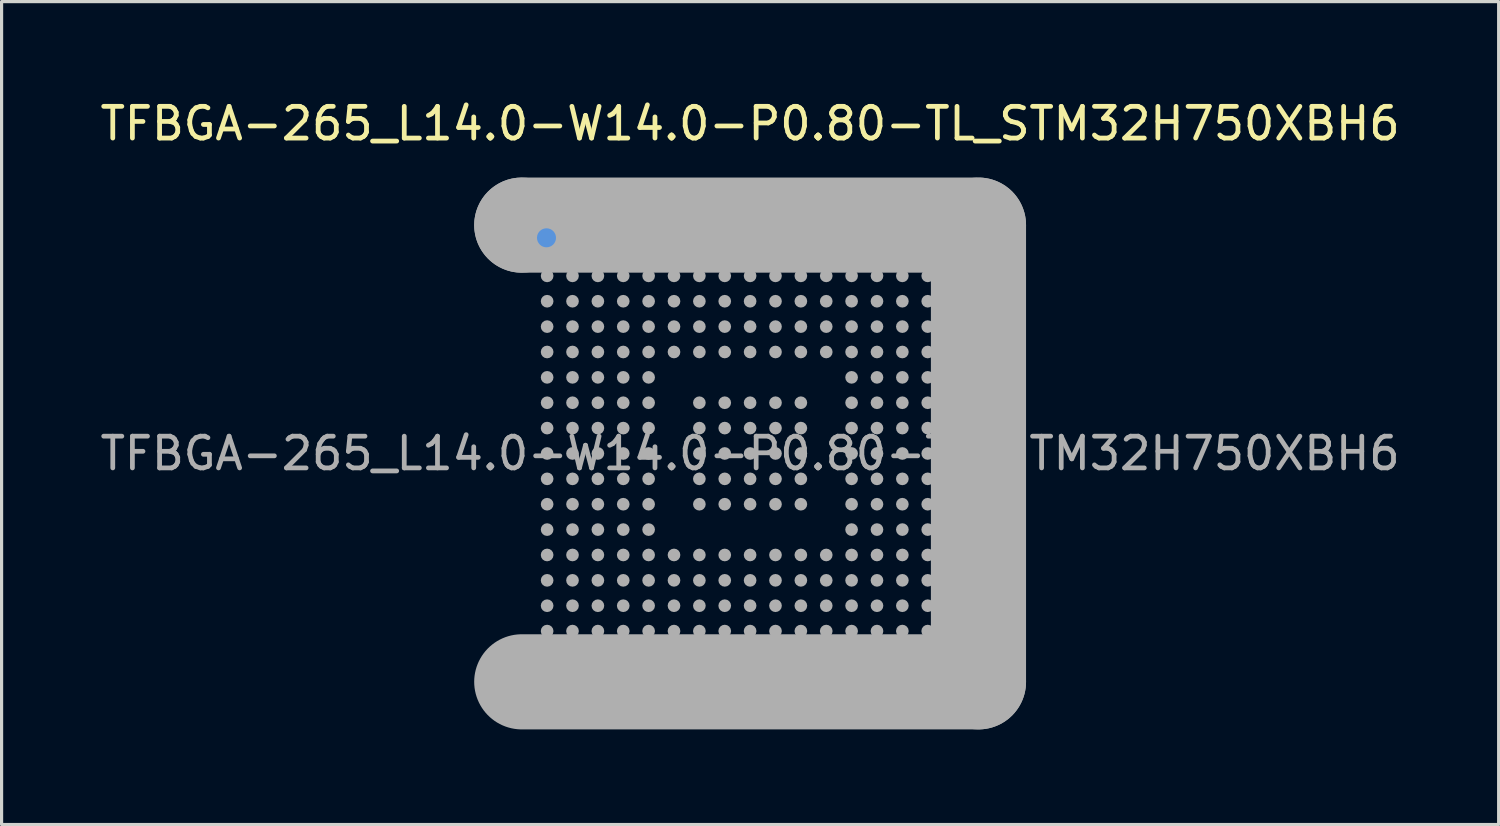
<source format=kicad_pcb>
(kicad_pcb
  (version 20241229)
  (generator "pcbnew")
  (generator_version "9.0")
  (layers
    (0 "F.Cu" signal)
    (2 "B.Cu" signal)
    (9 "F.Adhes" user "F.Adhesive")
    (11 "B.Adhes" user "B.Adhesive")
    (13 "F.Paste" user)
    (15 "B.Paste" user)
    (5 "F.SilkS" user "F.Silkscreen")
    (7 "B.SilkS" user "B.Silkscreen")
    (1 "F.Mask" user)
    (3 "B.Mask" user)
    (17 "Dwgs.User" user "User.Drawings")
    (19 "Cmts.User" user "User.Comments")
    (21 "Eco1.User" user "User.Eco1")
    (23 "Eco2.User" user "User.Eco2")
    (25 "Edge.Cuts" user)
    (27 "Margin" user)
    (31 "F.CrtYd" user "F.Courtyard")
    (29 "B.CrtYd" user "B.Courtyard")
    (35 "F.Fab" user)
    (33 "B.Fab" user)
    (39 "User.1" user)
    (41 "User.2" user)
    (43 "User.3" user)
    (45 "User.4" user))
  (footprint "TFBGA-265_L14.0-W14.0-P0.80-TL_STM32H750XBH6"
    (layer "F.Cu")
    (at 20.601 11.248)
    (property "Reference" "TFBGA-265_L14.0-W14.0-P0.80-TL_STM32H750XBH6" (at 0 -10.4 0) (layer "F.SilkS") (effects (font (size 1 1) (thickness 0.15))))
    (attr smd)
    (fp_line (start -7.5 -7.5) (end -7.5 -6.6) (stroke (width 0.25) (type solid)) (layer "F.SilkS"))
    (fp_line (start -7.2 -6.8) (end -6.8 -7.2) (stroke (width 0.25) (type solid)) (layer "F.SilkS"))
    (fp_line (start -7.2 -6.5) (end -7.2 -6.8) (stroke (width 0.25) (type solid)) (layer "F.SilkS"))
    (fp_line (start -6.5 -7.5) (end -7.5 -7.5) (stroke (width 0.25) (type solid)) (layer "F.SilkS"))
    (fp_line (start -6.5 -7.2) (end -7.2 -6.5) (stroke (width 0.25) (type solid)) (layer "F.SilkS"))
    (fp_line (start -6.4 -7.2) (end -6.5 -7.2) (stroke (width 0.25) (type solid)) (layer "F.SilkS"))
    (fp_circle (center -7.6 -6.2) (end -7.5 -6.2) (stroke (width 0.25) (type solid)) (fill no) (layer "F.SilkS"))
    (fp_circle (center -6.42 -6.8) (end -6.27 -6.8) (stroke (width 0.3) (type solid)) (fill no) (layer "Cmts.User"))
    (fp_line (start -7.2 -7.2) (end -7.2 -7.2) (stroke (width 3) (type solid)) (layer "F.Fab"))
    (fp_line (start -7.2 -7.2) (end 7.2 -7.2) (stroke (width 3) (type solid)) (layer "F.Fab"))
    (fp_line (start 7.2 -7.2) (end 7.2 7.2) (stroke (width 3) (type solid)) (layer "F.Fab"))
    (fp_line (start 7.2 7.2) (end -7.2 7.2) (stroke (width 3) (type solid)) (layer "F.Fab"))
    (fp_circle (center -7 -7) (end -6.9 -7) (stroke (width 0.2) (type solid)) (fill no) (layer "F.Fab"))
    (fp_circle (center -6.4 -6.4) (end -6.3 -6.4) (stroke (width 0.2) (type solid)) (fill no) (layer "F.Fab"))
    (fp_circle (center -6.4 -5.6) (end -6.3 -5.6) (stroke (width 0.2) (type solid)) (fill no) (layer "F.Fab"))
    (fp_circle (center -6.4 -4.8) (end -6.3 -4.8) (stroke (width 0.2) (type solid)) (fill no) (layer "F.Fab"))
    (fp_circle (center -6.4 -4) (end -6.3 -4) (stroke (width 0.2) (type solid)) (fill no) (layer "F.Fab"))
    (fp_circle (center -6.4 -3.2) (end -6.3 -3.2) (stroke (width 0.2) (type solid)) (fill no) (layer "F.Fab"))
    (fp_circle (center -6.4 -2.4) (end -6.3 -2.4) (stroke (width 0.2) (type solid)) (fill no) (layer "F.Fab"))
    (fp_circle (center -6.4 -1.6) (end -6.3 -1.6) (stroke (width 0.2) (type solid)) (fill no) (layer "F.Fab"))
    (fp_circle (center -6.4 -0.8) (end -6.3 -0.8) (stroke (width 0.2) (type solid)) (fill no) (layer "F.Fab"))
    (fp_circle (center -6.4 0) (end -6.3 0) (stroke (width 0.2) (type solid)) (fill no) (layer "F.Fab"))
    (fp_circle (center -6.4 0.8) (end -6.3 0.8) (stroke (width 0.2) (type solid)) (fill no) (layer "F.Fab"))
    (fp_circle (center -6.4 1.6) (end -6.3 1.6) (stroke (width 0.2) (type solid)) (fill no) (layer "F.Fab"))
    (fp_circle (center -6.4 2.4) (end -6.3 2.4) (stroke (width 0.2) (type solid)) (fill no) (layer "F.Fab"))
    (fp_circle (center -6.4 3.2) (end -6.3 3.2) (stroke (width 0.2) (type solid)) (fill no) (layer "F.Fab"))
    (fp_circle (center -6.4 4) (end -6.3 4) (stroke (width 0.2) (type solid)) (fill no) (layer "F.Fab"))
    (fp_circle (center -6.4 4.8) (end -6.3 4.8) (stroke (width 0.2) (type solid)) (fill no) (layer "F.Fab"))
    (fp_circle (center -6.4 5.6) (end -6.3 5.6) (stroke (width 0.2) (type solid)) (fill no) (layer "F.Fab"))
    (fp_circle (center -6.4 6.4) (end -6.3 6.4) (stroke (width 0.2) (type solid)) (fill no) (layer "F.Fab"))
    (fp_circle (center -5.6 -6.4) (end -5.5 -6.4) (stroke (width 0.2) (type solid)) (fill no) (layer "F.Fab"))
    (fp_circle (center -5.6 -5.6) (end -5.5 -5.6) (stroke (width 0.2) (type solid)) (fill no) (layer "F.Fab"))
    (fp_circle (center -5.6 -4.8) (end -5.5 -4.8) (stroke (width 0.2) (type solid)) (fill no) (layer "F.Fab"))
    (fp_circle (center -5.6 -4) (end -5.5 -4) (stroke (width 0.2) (type solid)) (fill no) (layer "F.Fab"))
    (fp_circle (center -5.6 -3.2) (end -5.5 -3.2) (stroke (width 0.2) (type solid)) (fill no) (layer "F.Fab"))
    (fp_circle (center -5.6 -2.4) (end -5.5 -2.4) (stroke (width 0.2) (type solid)) (fill no) (layer "F.Fab"))
    (fp_circle (center -5.6 -1.6) (end -5.5 -1.6) (stroke (width 0.2) (type solid)) (fill no) (layer "F.Fab"))
    (fp_circle (center -5.6 -0.8) (end -5.5 -0.8) (stroke (width 0.2) (type solid)) (fill no) (layer "F.Fab"))
    (fp_circle (center -5.6 0) (end -5.5 0) (stroke (width 0.2) (type solid)) (fill no) (layer "F.Fab"))
    (fp_circle (center -5.6 0.8) (end -5.5 0.8) (stroke (width 0.2) (type solid)) (fill no) (layer "F.Fab"))
    (fp_circle (center -5.6 1.6) (end -5.5 1.6) (stroke (width 0.2) (type solid)) (fill no) (layer "F.Fab"))
    (fp_circle (center -5.6 2.4) (end -5.5 2.4) (stroke (width 0.2) (type solid)) (fill no) (layer "F.Fab"))
    (fp_circle (center -5.6 3.2) (end -5.5 3.2) (stroke (width 0.2) (type solid)) (fill no) (layer "F.Fab"))
    (fp_circle (center -5.6 4) (end -5.5 4) (stroke (width 0.2) (type solid)) (fill no) (layer "F.Fab"))
    (fp_circle (center -5.6 4.8) (end -5.5 4.8) (stroke (width 0.2) (type solid)) (fill no) (layer "F.Fab"))
    (fp_circle (center -5.6 5.6) (end -5.5 5.6) (stroke (width 0.2) (type solid)) (fill no) (layer "F.Fab"))
    (fp_circle (center -5.6 6.4) (end -5.5 6.4) (stroke (width 0.2) (type solid)) (fill no) (layer "F.Fab"))
    (fp_circle (center -4.8 -6.4) (end -4.7 -6.4) (stroke (width 0.2) (type solid)) (fill no) (layer "F.Fab"))
    (fp_circle (center -4.8 -5.6) (end -4.7 -5.6) (stroke (width 0.2) (type solid)) (fill no) (layer "F.Fab"))
    (fp_circle (center -4.8 -4.8) (end -4.7 -4.8) (stroke (width 0.2) (type solid)) (fill no) (layer "F.Fab"))
    (fp_circle (center -4.8 -4) (end -4.7 -4) (stroke (width 0.2) (type solid)) (fill no) (layer "F.Fab"))
    (fp_circle (center -4.8 -3.2) (end -4.7 -3.2) (stroke (width 0.2) (type solid)) (fill no) (layer "F.Fab"))
    (fp_circle (center -4.8 -2.4) (end -4.7 -2.4) (stroke (width 0.2) (type solid)) (fill no) (layer "F.Fab"))
    (fp_circle (center -4.8 -1.6) (end -4.7 -1.6) (stroke (width 0.2) (type solid)) (fill no) (layer "F.Fab"))
    (fp_circle (center -4.8 -0.8) (end -4.7 -0.8) (stroke (width 0.2) (type solid)) (fill no) (layer "F.Fab"))
    (fp_circle (center -4.8 0) (end -4.7 0) (stroke (width 0.2) (type solid)) (fill no) (layer "F.Fab"))
    (fp_circle (center -4.8 0.8) (end -4.7 0.8) (stroke (width 0.2) (type solid)) (fill no) (layer "F.Fab"))
    (fp_circle (center -4.8 1.6) (end -4.7 1.6) (stroke (width 0.2) (type solid)) (fill no) (layer "F.Fab"))
    (fp_circle (center -4.8 2.4) (end -4.7 2.4) (stroke (width 0.2) (type solid)) (fill no) (layer "F.Fab"))
    (fp_circle (center -4.8 3.2) (end -4.7 3.2) (stroke (width 0.2) (type solid)) (fill no) (layer "F.Fab"))
    (fp_circle (center -4.8 4) (end -4.7 4) (stroke (width 0.2) (type solid)) (fill no) (layer "F.Fab"))
    (fp_circle (center -4.8 4.8) (end -4.7 4.8) (stroke (width 0.2) (type solid)) (fill no) (layer "F.Fab"))
    (fp_circle (center -4.8 5.6) (end -4.7 5.6) (stroke (width 0.2) (type solid)) (fill no) (layer "F.Fab"))
    (fp_circle (center -4.8 6.4) (end -4.7 6.4) (stroke (width 0.2) (type solid)) (fill no) (layer "F.Fab"))
    (fp_circle (center -4 -6.4) (end -3.9 -6.4) (stroke (width 0.2) (type solid)) (fill no) (layer "F.Fab"))
    (fp_circle (center -4 -5.6) (end -3.9 -5.6) (stroke (width 0.2) (type solid)) (fill no) (layer "F.Fab"))
    (fp_circle (center -4 -4.8) (end -3.9 -4.8) (stroke (width 0.2) (type solid)) (fill no) (layer "F.Fab"))
    (fp_circle (center -4 -4) (end -3.9 -4) (stroke (width 0.2) (type solid)) (fill no) (layer "F.Fab"))
    (fp_circle (center -4 -3.2) (end -3.9 -3.2) (stroke (width 0.2) (type solid)) (fill no) (layer "F.Fab"))
    (fp_circle (center -4 -2.4) (end -3.9 -2.4) (stroke (width 0.2) (type solid)) (fill no) (layer "F.Fab"))
    (fp_circle (center -4 -1.6) (end -3.9 -1.6) (stroke (width 0.2) (type solid)) (fill no) (layer "F.Fab"))
    (fp_circle (center -4 -0.8) (end -3.9 -0.8) (stroke (width 0.2) (type solid)) (fill no) (layer "F.Fab"))
    (fp_circle (center -4 0) (end -3.9 0) (stroke (width 0.2) (type solid)) (fill no) (layer "F.Fab"))
    (fp_circle (center -4 0.8) (end -3.9 0.8) (stroke (width 0.2) (type solid)) (fill no) (layer "F.Fab"))
    (fp_circle (center -4 1.6) (end -3.9 1.6) (stroke (width 0.2) (type solid)) (fill no) (layer "F.Fab"))
    (fp_circle (center -4 2.4) (end -3.9 2.4) (stroke (width 0.2) (type solid)) (fill no) (layer "F.Fab"))
    (fp_circle (center -4 3.2) (end -3.9 3.2) (stroke (width 0.2) (type solid)) (fill no) (layer "F.Fab"))
    (fp_circle (center -4 4) (end -3.9 4) (stroke (width 0.2) (type solid)) (fill no) (layer "F.Fab"))
    (fp_circle (center -4 4.8) (end -3.9 4.8) (stroke (width 0.2) (type solid)) (fill no) (layer "F.Fab"))
    (fp_circle (center -4 5.6) (end -3.9 5.6) (stroke (width 0.2) (type solid)) (fill no) (layer "F.Fab"))
    (fp_circle (center -4 6.4) (end -3.9 6.4) (stroke (width 0.2) (type solid)) (fill no) (layer "F.Fab"))
    (fp_circle (center -3.2 -6.4) (end -3.1 -6.4) (stroke (width 0.2) (type solid)) (fill no) (layer "F.Fab"))
    (fp_circle (center -3.2 -5.6) (end -3.1 -5.6) (stroke (width 0.2) (type solid)) (fill no) (layer "F.Fab"))
    (fp_circle (center -3.2 -4.8) (end -3.1 -4.8) (stroke (width 0.2) (type solid)) (fill no) (layer "F.Fab"))
    (fp_circle (center -3.2 -4) (end -3.1 -4) (stroke (width 0.2) (type solid)) (fill no) (layer "F.Fab"))
    (fp_circle (center -3.2 -3.2) (end -3.1 -3.2) (stroke (width 0.2) (type solid)) (fill no) (layer "F.Fab"))
    (fp_circle (center -3.2 -2.4) (end -3.1 -2.4) (stroke (width 0.2) (type solid)) (fill no) (layer "F.Fab"))
    (fp_circle (center -3.2 -1.6) (end -3.1 -1.6) (stroke (width 0.2) (type solid)) (fill no) (layer "F.Fab"))
    (fp_circle (center -3.2 -0.8) (end -3.1 -0.8) (stroke (width 0.2) (type solid)) (fill no) (layer "F.Fab"))
    (fp_circle (center -3.2 0) (end -3.1 0) (stroke (width 0.2) (type solid)) (fill no) (layer "F.Fab"))
    (fp_circle (center -3.2 0.8) (end -3.1 0.8) (stroke (width 0.2) (type solid)) (fill no) (layer "F.Fab"))
    (fp_circle (center -3.2 1.6) (end -3.1 1.6) (stroke (width 0.2) (type solid)) (fill no) (layer "F.Fab"))
    (fp_circle (center -3.2 2.4) (end -3.1 2.4) (stroke (width 0.2) (type solid)) (fill no) (layer "F.Fab"))
    (fp_circle (center -3.2 3.2) (end -3.1 3.2) (stroke (width 0.2) (type solid)) (fill no) (layer "F.Fab"))
    (fp_circle (center -3.2 4) (end -3.1 4) (stroke (width 0.2) (type solid)) (fill no) (layer "F.Fab"))
    (fp_circle (center -3.2 4.8) (end -3.1 4.8) (stroke (width 0.2) (type solid)) (fill no) (layer "F.Fab"))
    (fp_circle (center -3.2 5.6) (end -3.1 5.6) (stroke (width 0.2) (type solid)) (fill no) (layer "F.Fab"))
    (fp_circle (center -3.2 6.4) (end -3.1 6.4) (stroke (width 0.2) (type solid)) (fill no) (layer "F.Fab"))
    (fp_circle (center -2.4 -6.4) (end -2.3 -6.4) (stroke (width 0.2) (type solid)) (fill no) (layer "F.Fab"))
    (fp_circle (center -2.4 -5.6) (end -2.3 -5.6) (stroke (width 0.2) (type solid)) (fill no) (layer "F.Fab"))
    (fp_circle (center -2.4 -4.8) (end -2.3 -4.8) (stroke (width 0.2) (type solid)) (fill no) (layer "F.Fab"))
    (fp_circle (center -2.4 -4) (end -2.3 -4) (stroke (width 0.2) (type solid)) (fill no) (layer "F.Fab"))
    (fp_circle (center -2.4 -3.2) (end -2.3 -3.2) (stroke (width 0.2) (type solid)) (fill no) (layer "F.Fab"))
    (fp_circle (center -2.4 3.2) (end -2.3 3.2) (stroke (width 0.2) (type solid)) (fill no) (layer "F.Fab"))
    (fp_circle (center -2.4 4) (end -2.3 4) (stroke (width 0.2) (type solid)) (fill no) (layer "F.Fab"))
    (fp_circle (center -2.4 4.8) (end -2.3 4.8) (stroke (width 0.2) (type solid)) (fill no) (layer "F.Fab"))
    (fp_circle (center -2.4 5.6) (end -2.3 5.6) (stroke (width 0.2) (type solid)) (fill no) (layer "F.Fab"))
    (fp_circle (center -2.4 6.4) (end -2.3 6.4) (stroke (width 0.2) (type solid)) (fill no) (layer "F.Fab"))
    (fp_circle (center -1.6 -6.4) (end -1.5 -6.4) (stroke (width 0.2) (type solid)) (fill no) (layer "F.Fab"))
    (fp_circle (center -1.6 -5.6) (end -1.5 -5.6) (stroke (width 0.2) (type solid)) (fill no) (layer "F.Fab"))
    (fp_circle (center -1.6 -4.8) (end -1.5 -4.8) (stroke (width 0.2) (type solid)) (fill no) (layer "F.Fab"))
    (fp_circle (center -1.6 -4) (end -1.5 -4) (stroke (width 0.2) (type solid)) (fill no) (layer "F.Fab"))
    (fp_circle (center -1.6 -3.2) (end -1.5 -3.2) (stroke (width 0.2) (type solid)) (fill no) (layer "F.Fab"))
    (fp_circle (center -1.6 -1.6) (end -1.5 -1.6) (stroke (width 0.2) (type solid)) (fill no) (layer "F.Fab"))
    (fp_circle (center -1.6 -0.8) (end -1.5 -0.8) (stroke (width 0.2) (type solid)) (fill no) (layer "F.Fab"))
    (fp_circle (center -1.6 0) (end -1.5 0) (stroke (width 0.2) (type solid)) (fill no) (layer "F.Fab"))
    (fp_circle (center -1.6 0.8) (end -1.5 0.8) (stroke (width 0.2) (type solid)) (fill no) (layer "F.Fab"))
    (fp_circle (center -1.6 1.6) (end -1.5 1.6) (stroke (width 0.2) (type solid)) (fill no) (layer "F.Fab"))
    (fp_circle (center -1.6 3.2) (end -1.5 3.2) (stroke (width 0.2) (type solid)) (fill no) (layer "F.Fab"))
    (fp_circle (center -1.6 4) (end -1.5 4) (stroke (width 0.2) (type solid)) (fill no) (layer "F.Fab"))
    (fp_circle (center -1.6 4.8) (end -1.5 4.8) (stroke (width 0.2) (type solid)) (fill no) (layer "F.Fab"))
    (fp_circle (center -1.6 5.6) (end -1.5 5.6) (stroke (width 0.2) (type solid)) (fill no) (layer "F.Fab"))
    (fp_circle (center -1.6 6.4) (end -1.5 6.4) (stroke (width 0.2) (type solid)) (fill no) (layer "F.Fab"))
    (fp_circle (center -0.8 -6.4) (end -0.7 -6.4) (stroke (width 0.2) (type solid)) (fill no) (layer "F.Fab"))
    (fp_circle (center -0.8 -5.6) (end -0.7 -5.6) (stroke (width 0.2) (type solid)) (fill no) (layer "F.Fab"))
    (fp_circle (center -0.8 -4.8) (end -0.7 -4.8) (stroke (width 0.2) (type solid)) (fill no) (layer "F.Fab"))
    (fp_circle (center -0.8 -4) (end -0.7 -4) (stroke (width 0.2) (type solid)) (fill no) (layer "F.Fab"))
    (fp_circle (center -0.8 -3.2) (end -0.7 -3.2) (stroke (width 0.2) (type solid)) (fill no) (layer "F.Fab"))
    (fp_circle (center -0.8 -1.6) (end -0.7 -1.6) (stroke (width 0.2) (type solid)) (fill no) (layer "F.Fab"))
    (fp_circle (center -0.8 -0.8) (end -0.7 -0.8) (stroke (width 0.2) (type solid)) (fill no) (layer "F.Fab"))
    (fp_circle (center -0.8 0) (end -0.7 0) (stroke (width 0.2) (type solid)) (fill no) (layer "F.Fab"))
    (fp_circle (center -0.8 0.8) (end -0.7 0.8) (stroke (width 0.2) (type solid)) (fill no) (layer "F.Fab"))
    (fp_circle (center -0.8 1.6) (end -0.7 1.6) (stroke (width 0.2) (type solid)) (fill no) (layer "F.Fab"))
    (fp_circle (center -0.8 3.2) (end -0.7 3.2) (stroke (width 0.2) (type solid)) (fill no) (layer "F.Fab"))
    (fp_circle (center -0.8 4) (end -0.7 4) (stroke (width 0.2) (type solid)) (fill no) (layer "F.Fab"))
    (fp_circle (center -0.8 4.8) (end -0.7 4.8) (stroke (width 0.2) (type solid)) (fill no) (layer "F.Fab"))
    (fp_circle (center -0.8 5.6) (end -0.7 5.6) (stroke (width 0.2) (type solid)) (fill no) (layer "F.Fab"))
    (fp_circle (center -0.8 6.4) (end -0.7 6.4) (stroke (width 0.2) (type solid)) (fill no) (layer "F.Fab"))
    (fp_circle (center 0 -6.4) (end 0.1 -6.4) (stroke (width 0.2) (type solid)) (fill no) (layer "F.Fab"))
    (fp_circle (center 0 -5.6) (end 0.1 -5.6) (stroke (width 0.2) (type solid)) (fill no) (layer "F.Fab"))
    (fp_circle (center 0 -4.8) (end 0.1 -4.8) (stroke (width 0.2) (type solid)) (fill no) (layer "F.Fab"))
    (fp_circle (center 0 -4) (end 0.1 -4) (stroke (width 0.2) (type solid)) (fill no) (layer "F.Fab"))
    (fp_circle (center 0 -3.2) (end 0.1 -3.2) (stroke (width 0.2) (type solid)) (fill no) (layer "F.Fab"))
    (fp_circle (center 0 -1.6) (end 0.1 -1.6) (stroke (width 0.2) (type solid)) (fill no) (layer "F.Fab"))
    (fp_circle (center 0 -0.8) (end 0.1 -0.8) (stroke (width 0.2) (type solid)) (fill no) (layer "F.Fab"))
    (fp_circle (center 0 0) (end 0.1 0) (stroke (width 0.2) (type solid)) (fill no) (layer "F.Fab"))
    (fp_circle (center 0 0.8) (end 0.1 0.8) (stroke (width 0.2) (type solid)) (fill no) (layer "F.Fab"))
    (fp_circle (center 0 1.6) (end 0.1 1.6) (stroke (width 0.2) (type solid)) (fill no) (layer "F.Fab"))
    (fp_circle (center 0 3.2) (end 0.1 3.2) (stroke (width 0.2) (type solid)) (fill no) (layer "F.Fab"))
    (fp_circle (center 0 4) (end 0.1 4) (stroke (width 0.2) (type solid)) (fill no) (layer "F.Fab"))
    (fp_circle (center 0 4.8) (end 0.1 4.8) (stroke (width 0.2) (type solid)) (fill no) (layer "F.Fab"))
    (fp_circle (center 0 5.6) (end 0.1 5.6) (stroke (width 0.2) (type solid)) (fill no) (layer "F.Fab"))
    (fp_circle (center 0 6.4) (end 0.1 6.4) (stroke (width 0.2) (type solid)) (fill no) (layer "F.Fab"))
    (fp_circle (center 0.8 -6.4) (end 0.9 -6.4) (stroke (width 0.2) (type solid)) (fill no) (layer "F.Fab"))
    (fp_circle (center 0.8 -5.6) (end 0.9 -5.6) (stroke (width 0.2) (type solid)) (fill no) (layer "F.Fab"))
    (fp_circle (center 0.8 -4.8) (end 0.9 -4.8) (stroke (width 0.2) (type solid)) (fill no) (layer "F.Fab"))
    (fp_circle (center 0.8 -4) (end 0.9 -4) (stroke (width 0.2) (type solid)) (fill no) (layer "F.Fab"))
    (fp_circle (center 0.8 -3.2) (end 0.9 -3.2) (stroke (width 0.2) (type solid)) (fill no) (layer "F.Fab"))
    (fp_circle (center 0.8 -1.6) (end 0.9 -1.6) (stroke (width 0.2) (type solid)) (fill no) (layer "F.Fab"))
    (fp_circle (center 0.8 -0.8) (end 0.9 -0.8) (stroke (width 0.2) (type solid)) (fill no) (layer "F.Fab"))
    (fp_circle (center 0.8 0) (end 0.9 0) (stroke (width 0.2) (type solid)) (fill no) (layer "F.Fab"))
    (fp_circle (center 0.8 0.8) (end 0.9 0.8) (stroke (width 0.2) (type solid)) (fill no) (layer "F.Fab"))
    (fp_circle (center 0.8 1.6) (end 0.9 1.6) (stroke (width 0.2) (type solid)) (fill no) (layer "F.Fab"))
    (fp_circle (center 0.8 3.2) (end 0.9 3.2) (stroke (width 0.2) (type solid)) (fill no) (layer "F.Fab"))
    (fp_circle (center 0.8 4) (end 0.9 4) (stroke (width 0.2) (type solid)) (fill no) (layer "F.Fab"))
    (fp_circle (center 0.8 4.8) (end 0.9 4.8) (stroke (width 0.2) (type solid)) (fill no) (layer "F.Fab"))
    (fp_circle (center 0.8 5.6) (end 0.9 5.6) (stroke (width 0.2) (type solid)) (fill no) (layer "F.Fab"))
    (fp_circle (center 0.8 6.4) (end 0.9 6.4) (stroke (width 0.2) (type solid)) (fill no) (layer "F.Fab"))
    (fp_circle (center 1.6 -6.4) (end 1.7 -6.4) (stroke (width 0.2) (type solid)) (fill no) (layer "F.Fab"))
    (fp_circle (center 1.6 -5.6) (end 1.7 -5.6) (stroke (width 0.2) (type solid)) (fill no) (layer "F.Fab"))
    (fp_circle (center 1.6 -4.8) (end 1.7 -4.8) (stroke (width 0.2) (type solid)) (fill no) (layer "F.Fab"))
    (fp_circle (center 1.6 -4) (end 1.7 -4) (stroke (width 0.2) (type solid)) (fill no) (layer "F.Fab"))
    (fp_circle (center 1.6 -3.2) (end 1.7 -3.2) (stroke (width 0.2) (type solid)) (fill no) (layer "F.Fab"))
    (fp_circle (center 1.6 -1.6) (end 1.7 -1.6) (stroke (width 0.2) (type solid)) (fill no) (layer "F.Fab"))
    (fp_circle (center 1.6 -0.8) (end 1.7 -0.8) (stroke (width 0.2) (type solid)) (fill no) (layer "F.Fab"))
    (fp_circle (center 1.6 0) (end 1.7 0) (stroke (width 0.2) (type solid)) (fill no) (layer "F.Fab"))
    (fp_circle (center 1.6 0.8) (end 1.7 0.8) (stroke (width 0.2) (type solid)) (fill no) (layer "F.Fab"))
    (fp_circle (center 1.6 1.6) (end 1.7 1.6) (stroke (width 0.2) (type solid)) (fill no) (layer "F.Fab"))
    (fp_circle (center 1.6 3.2) (end 1.7 3.2) (stroke (width 0.2) (type solid)) (fill no) (layer "F.Fab"))
    (fp_circle (center 1.6 4) (end 1.7 4) (stroke (width 0.2) (type solid)) (fill no) (layer "F.Fab"))
    (fp_circle (center 1.6 4.8) (end 1.7 4.8) (stroke (width 0.2) (type solid)) (fill no) (layer "F.Fab"))
    (fp_circle (center 1.6 5.6) (end 1.7 5.6) (stroke (width 0.2) (type solid)) (fill no) (layer "F.Fab"))
    (fp_circle (center 1.6 6.4) (end 1.7 6.4) (stroke (width 0.2) (type solid)) (fill no) (layer "F.Fab"))
    (fp_circle (center 2.4 -6.4) (end 2.5 -6.4) (stroke (width 0.2) (type solid)) (fill no) (layer "F.Fab"))
    (fp_circle (center 2.4 -5.6) (end 2.5 -5.6) (stroke (width 0.2) (type solid)) (fill no) (layer "F.Fab"))
    (fp_circle (center 2.4 -4.8) (end 2.5 -4.8) (stroke (width 0.2) (type solid)) (fill no) (layer "F.Fab"))
    (fp_circle (center 2.4 -4) (end 2.5 -4) (stroke (width 0.2) (type solid)) (fill no) (layer "F.Fab"))
    (fp_circle (center 2.4 -3.2) (end 2.5 -3.2) (stroke (width 0.2) (type solid)) (fill no) (layer "F.Fab"))
    (fp_circle (center 2.4 3.2) (end 2.5 3.2) (stroke (width 0.2) (type solid)) (fill no) (layer "F.Fab"))
    (fp_circle (center 2.4 4) (end 2.5 4) (stroke (width 0.2) (type solid)) (fill no) (layer "F.Fab"))
    (fp_circle (center 2.4 4.8) (end 2.5 4.8) (stroke (width 0.2) (type solid)) (fill no) (layer "F.Fab"))
    (fp_circle (center 2.4 5.6) (end 2.5 5.6) (stroke (width 0.2) (type solid)) (fill no) (layer "F.Fab"))
    (fp_circle (center 2.4 6.4) (end 2.5 6.4) (stroke (width 0.2) (type solid)) (fill no) (layer "F.Fab"))
    (fp_circle (center 3.2 -6.4) (end 3.3 -6.4) (stroke (width 0.2) (type solid)) (fill no) (layer "F.Fab"))
    (fp_circle (center 3.2 -5.6) (end 3.3 -5.6) (stroke (width 0.2) (type solid)) (fill no) (layer "F.Fab"))
    (fp_circle (center 3.2 -4.8) (end 3.3 -4.8) (stroke (width 0.2) (type solid)) (fill no) (layer "F.Fab"))
    (fp_circle (center 3.2 -4) (end 3.3 -4) (stroke (width 0.2) (type solid)) (fill no) (layer "F.Fab"))
    (fp_circle (center 3.2 -3.2) (end 3.3 -3.2) (stroke (width 0.2) (type solid)) (fill no) (layer "F.Fab"))
    (fp_circle (center 3.2 -2.4) (end 3.3 -2.4) (stroke (width 0.2) (type solid)) (fill no) (layer "F.Fab"))
    (fp_circle (center 3.2 -1.6) (end 3.3 -1.6) (stroke (width 0.2) (type solid)) (fill no) (layer "F.Fab"))
    (fp_circle (center 3.2 -0.8) (end 3.3 -0.8) (stroke (width 0.2) (type solid)) (fill no) (layer "F.Fab"))
    (fp_circle (center 3.2 0) (end 3.3 0) (stroke (width 0.2) (type solid)) (fill no) (layer "F.Fab"))
    (fp_circle (center 3.2 0.8) (end 3.3 0.8) (stroke (width 0.2) (type solid)) (fill no) (layer "F.Fab"))
    (fp_circle (center 3.2 1.6) (end 3.3 1.6) (stroke (width 0.2) (type solid)) (fill no) (layer "F.Fab"))
    (fp_circle (center 3.2 2.4) (end 3.3 2.4) (stroke (width 0.2) (type solid)) (fill no) (layer "F.Fab"))
    (fp_circle (center 3.2 3.2) (end 3.3 3.2) (stroke (width 0.2) (type solid)) (fill no) (layer "F.Fab"))
    (fp_circle (center 3.2 4) (end 3.3 4) (stroke (width 0.2) (type solid)) (fill no) (layer "F.Fab"))
    (fp_circle (center 3.2 4.8) (end 3.3 4.8) (stroke (width 0.2) (type solid)) (fill no) (layer "F.Fab"))
    (fp_circle (center 3.2 5.6) (end 3.3 5.6) (stroke (width 0.2) (type solid)) (fill no) (layer "F.Fab"))
    (fp_circle (center 3.2 6.4) (end 3.3 6.4) (stroke (width 0.2) (type solid)) (fill no) (layer "F.Fab"))
    (fp_circle (center 4 -6.4) (end 4.1 -6.4) (stroke (width 0.2) (type solid)) (fill no) (layer "F.Fab"))
    (fp_circle (center 4 -5.6) (end 4.1 -5.6) (stroke (width 0.2) (type solid)) (fill no) (layer "F.Fab"))
    (fp_circle (center 4 -4.8) (end 4.1 -4.8) (stroke (width 0.2) (type solid)) (fill no) (layer "F.Fab"))
    (fp_circle (center 4 -4) (end 4.1 -4) (stroke (width 0.2) (type solid)) (fill no) (layer "F.Fab"))
    (fp_circle (center 4 -3.2) (end 4.1 -3.2) (stroke (width 0.2) (type solid)) (fill no) (layer "F.Fab"))
    (fp_circle (center 4 -2.4) (end 4.1 -2.4) (stroke (width 0.2) (type solid)) (fill no) (layer "F.Fab"))
    (fp_circle (center 4 -1.6) (end 4.1 -1.6) (stroke (width 0.2) (type solid)) (fill no) (layer "F.Fab"))
    (fp_circle (center 4 -0.8) (end 4.1 -0.8) (stroke (width 0.2) (type solid)) (fill no) (layer "F.Fab"))
    (fp_circle (center 4 0) (end 4.1 0) (stroke (width 0.2) (type solid)) (fill no) (layer "F.Fab"))
    (fp_circle (center 4 0.8) (end 4.1 0.8) (stroke (width 0.2) (type solid)) (fill no) (layer "F.Fab"))
    (fp_circle (center 4 1.6) (end 4.1 1.6) (stroke (width 0.2) (type solid)) (fill no) (layer "F.Fab"))
    (fp_circle (center 4 2.4) (end 4.1 2.4) (stroke (width 0.2) (type solid)) (fill no) (layer "F.Fab"))
    (fp_circle (center 4 3.2) (end 4.1 3.2) (stroke (width 0.2) (type solid)) (fill no) (layer "F.Fab"))
    (fp_circle (center 4 4) (end 4.1 4) (stroke (width 0.2) (type solid)) (fill no) (layer "F.Fab"))
    (fp_circle (center 4 4.8) (end 4.1 4.8) (stroke (width 0.2) (type solid)) (fill no) (layer "F.Fab"))
    (fp_circle (center 4 5.6) (end 4.1 5.6) (stroke (width 0.2) (type solid)) (fill no) (layer "F.Fab"))
    (fp_circle (center 4 6.4) (end 4.1 6.4) (stroke (width 0.2) (type solid)) (fill no) (layer "F.Fab"))
    (fp_circle (center 4.8 -6.4) (end 4.9 -6.4) (stroke (width 0.2) (type solid)) (fill no) (layer "F.Fab"))
    (fp_circle (center 4.8 -5.6) (end 4.9 -5.6) (stroke (width 0.2) (type solid)) (fill no) (layer "F.Fab"))
    (fp_circle (center 4.8 -4.8) (end 4.9 -4.8) (stroke (width 0.2) (type solid)) (fill no) (layer "F.Fab"))
    (fp_circle (center 4.8 -4) (end 4.9 -4) (stroke (width 0.2) (type solid)) (fill no) (layer "F.Fab"))
    (fp_circle (center 4.8 -3.2) (end 4.9 -3.2) (stroke (width 0.2) (type solid)) (fill no) (layer "F.Fab"))
    (fp_circle (center 4.8 -2.4) (end 4.9 -2.4) (stroke (width 0.2) (type solid)) (fill no) (layer "F.Fab"))
    (fp_circle (center 4.8 -1.6) (end 4.9 -1.6) (stroke (width 0.2) (type solid)) (fill no) (layer "F.Fab"))
    (fp_circle (center 4.8 -0.8) (end 4.9 -0.8) (stroke (width 0.2) (type solid)) (fill no) (layer "F.Fab"))
    (fp_circle (center 4.8 0) (end 4.9 0) (stroke (width 0.2) (type solid)) (fill no) (layer "F.Fab"))
    (fp_circle (center 4.8 0.8) (end 4.9 0.8) (stroke (width 0.2) (type solid)) (fill no) (layer "F.Fab"))
    (fp_circle (center 4.8 1.6) (end 4.9 1.6) (stroke (width 0.2) (type solid)) (fill no) (layer "F.Fab"))
    (fp_circle (center 4.8 2.4) (end 4.9 2.4) (stroke (width 0.2) (type solid)) (fill no) (layer "F.Fab"))
    (fp_circle (center 4.8 3.2) (end 4.9 3.2) (stroke (width 0.2) (type solid)) (fill no) (layer "F.Fab"))
    (fp_circle (center 4.8 4) (end 4.9 4) (stroke (width 0.2) (type solid)) (fill no) (layer "F.Fab"))
    (fp_circle (center 4.8 4.8) (end 4.9 4.8) (stroke (width 0.2) (type solid)) (fill no) (layer "F.Fab"))
    (fp_circle (center 4.8 5.6) (end 4.9 5.6) (stroke (width 0.2) (type solid)) (fill no) (layer "F.Fab"))
    (fp_circle (center 4.8 6.4) (end 4.9 6.4) (stroke (width 0.2) (type solid)) (fill no) (layer "F.Fab"))
    (fp_circle (center 5.6 -6.4) (end 5.7 -6.4) (stroke (width 0.2) (type solid)) (fill no) (layer "F.Fab"))
    (fp_circle (center 5.6 -5.6) (end 5.7 -5.6) (stroke (width 0.2) (type solid)) (fill no) (layer "F.Fab"))
    (fp_circle (center 5.6 -4.8) (end 5.7 -4.8) (stroke (width 0.2) (type solid)) (fill no) (layer "F.Fab"))
    (fp_circle (center 5.6 -4) (end 5.7 -4) (stroke (width 0.2) (type solid)) (fill no) (layer "F.Fab"))
    (fp_circle (center 5.6 -3.2) (end 5.7 -3.2) (stroke (width 0.2) (type solid)) (fill no) (layer "F.Fab"))
    (fp_circle (center 5.6 -2.4) (end 5.7 -2.4) (stroke (width 0.2) (type solid)) (fill no) (layer "F.Fab"))
    (fp_circle (center 5.6 -1.6) (end 5.7 -1.6) (stroke (width 0.2) (type solid)) (fill no) (layer "F.Fab"))
    (fp_circle (center 5.6 -0.8) (end 5.7 -0.8) (stroke (width 0.2) (type solid)) (fill no) (layer "F.Fab"))
    (fp_circle (center 5.6 0) (end 5.7 0) (stroke (width 0.2) (type solid)) (fill no) (layer "F.Fab"))
    (fp_circle (center 5.6 0.8) (end 5.7 0.8) (stroke (width 0.2) (type solid)) (fill no) (layer "F.Fab"))
    (fp_circle (center 5.6 1.6) (end 5.7 1.6) (stroke (width 0.2) (type solid)) (fill no) (layer "F.Fab"))
    (fp_circle (center 5.6 2.4) (end 5.7 2.4) (stroke (width 0.2) (type solid)) (fill no) (layer "F.Fab"))
    (fp_circle (center 5.6 3.2) (end 5.7 3.2) (stroke (width 0.2) (type solid)) (fill no) (layer "F.Fab"))
    (fp_circle (center 5.6 4) (end 5.7 4) (stroke (width 0.2) (type solid)) (fill no) (layer "F.Fab"))
    (fp_circle (center 5.6 4.8) (end 5.7 4.8) (stroke (width 0.2) (type solid)) (fill no) (layer "F.Fab"))
    (fp_circle (center 5.6 5.6) (end 5.7 5.6) (stroke (width 0.2) (type solid)) (fill no) (layer "F.Fab"))
    (fp_circle (center 5.6 6.4) (end 5.7 6.4) (stroke (width 0.2) (type solid)) (fill no) (layer "F.Fab"))
    (fp_circle (center 6.4 -6.4) (end 6.5 -6.4) (stroke (width 0.2) (type solid)) (fill no) (layer "F.Fab"))
    (fp_circle (center 6.4 -5.6) (end 6.5 -5.6) (stroke (width 0.2) (type solid)) (fill no) (layer "F.Fab"))
    (fp_circle (center 6.4 -4.8) (end 6.5 -4.8) (stroke (width 0.2) (type solid)) (fill no) (layer "F.Fab"))
    (fp_circle (center 6.4 -4) (end 6.5 -4) (stroke (width 0.2) (type solid)) (fill no) (layer "F.Fab"))
    (fp_circle (center 6.4 -3.2) (end 6.5 -3.2) (stroke (width 0.2) (type solid)) (fill no) (layer "F.Fab"))
    (fp_circle (center 6.4 -2.4) (end 6.5 -2.4) (stroke (width 0.2) (type solid)) (fill no) (layer "F.Fab"))
    (fp_circle (center 6.4 -1.6) (end 6.5 -1.6) (stroke (width 0.2) (type solid)) (fill no) (layer "F.Fab"))
    (fp_circle (center 6.4 -0.8) (end 6.5 -0.8) (stroke (width 0.2) (type solid)) (fill no) (layer "F.Fab"))
    (fp_circle (center 6.4 0) (end 6.5 0) (stroke (width 0.2) (type solid)) (fill no) (layer "F.Fab"))
    (fp_circle (center 6.4 0.8) (end 6.5 0.8) (stroke (width 0.2) (type solid)) (fill no) (layer "F.Fab"))
    (fp_circle (center 6.4 1.6) (end 6.5 1.6) (stroke (width 0.2) (type solid)) (fill no) (layer "F.Fab"))
    (fp_circle (center 6.4 2.4) (end 6.5 2.4) (stroke (width 0.2) (type solid)) (fill no) (layer "F.Fab"))
    (fp_circle (center 6.4 3.2) (end 6.5 3.2) (stroke (width 0.2) (type solid)) (fill no) (layer "F.Fab"))
    (fp_circle (center 6.4 4) (end 6.5 4) (stroke (width 0.2) (type solid)) (fill no) (layer "F.Fab"))
    (fp_circle (center 6.4 4.8) (end 6.5 4.8) (stroke (width 0.2) (type solid)) (fill no) (layer "F.Fab"))
    (fp_circle (center 6.4 5.6) (end 6.5 5.6) (stroke (width 0.2) (type solid)) (fill no) (layer "F.Fab"))
    (fp_circle (center 6.4 6.4) (end 6.5 6.4) (stroke (width 0.2) (type solid)) (fill no) (layer "F.Fab"))
    (fp_text user "${REFERENCE}" (at 0 0 0) (layer "F.Fab") (effects (font (size 1 1) (thickness 0.15))))
    (pad "A1" smd circle (at -6.4 -6.4) (size 0.32 0.32) (layers "F.Cu" "F.Mask" "F.Paste"))
    (pad "A2" smd circle (at -5.6 -6.4) (size 0.32 0.32) (layers "F.Cu" "F.Mask" "F.Paste"))
    (pad "A3" smd circle (at -4.8 -6.4) (size 0.32 0.32) (layers "F.Cu" "F.Mask" "F.Paste"))
    (pad "A4" smd circle (at -4 -6.4) (size 0.32 0.32) (layers "F.Cu" "F.Mask" "F.Paste"))
    (pad "A5" smd circle (at -3.2 -6.4) (size 0.32 0.32) (layers "F.Cu" "F.Mask" "F.Paste"))
    (pad "A6" smd circle (at -2.4 -6.4) (size 0.32 0.32) (layers "F.Cu" "F.Mask" "F.Paste"))
    (pad "A7" smd circle (at -1.6 -6.4) (size 0.32 0.32) (layers "F.Cu" "F.Mask" "F.Paste"))
    (pad "A8" smd circle (at -0.8 -6.4) (size 0.32 0.32) (layers "F.Cu" "F.Mask" "F.Paste"))
    (pad "A9" smd circle (at 0 -6.4) (size 0.32 0.32) (layers "F.Cu" "F.Mask" "F.Paste"))
    (pad "A10" smd circle (at 0.8 -6.4) (size 0.32 0.32) (layers "F.Cu" "F.Mask" "F.Paste"))
    (pad "A11" smd circle (at 1.6 -6.4) (size 0.32 0.32) (layers "F.Cu" "F.Mask" "F.Paste"))
    (pad "A12" smd circle (at 2.4 -6.4) (size 0.32 0.32) (layers "F.Cu" "F.Mask" "F.Paste"))
    (pad "A13" smd circle (at 3.2 -6.4) (size 0.32 0.32) (layers "F.Cu" "F.Mask" "F.Paste"))
    (pad "A14" smd circle (at 4 -6.4) (size 0.32 0.32) (layers "F.Cu" "F.Mask" "F.Paste"))
    (pad "A15" smd circle (at 4.8 -6.4) (size 0.32 0.32) (layers "F.Cu" "F.Mask" "F.Paste"))
    (pad "A16" smd circle (at 5.6 -6.4) (size 0.32 0.32) (layers "F.Cu" "F.Mask" "F.Paste"))
    (pad "A17" smd circle (at 6.4 -6.4) (size 0.32 0.32) (layers "F.Cu" "F.Mask" "F.Paste"))
    (pad "B1" smd circle (at -6.4 -5.6) (size 0.32 0.32) (layers "F.Cu" "F.Mask" "F.Paste"))
    (pad "B2" smd circle (at -5.6 -5.6) (size 0.32 0.32) (layers "F.Cu" "F.Mask" "F.Paste"))
    (pad "B3" smd circle (at -4.8 -5.6) (size 0.32 0.32) (layers "F.Cu" "F.Mask" "F.Paste"))
    (pad "B4" smd circle (at -4 -5.6) (size 0.32 0.32) (layers "F.Cu" "F.Mask" "F.Paste"))
    (pad "B5" smd circle (at -3.2 -5.6) (size 0.32 0.32) (layers "F.Cu" "F.Mask" "F.Paste"))
    (pad "B6" smd circle (at -2.4 -5.6) (size 0.32 0.32) (layers "F.Cu" "F.Mask" "F.Paste"))
    (pad "B7" smd circle (at -1.6 -5.6) (size 0.32 0.32) (layers "F.Cu" "F.Mask" "F.Paste"))
    (pad "B8" smd circle (at -0.8 -5.6) (size 0.32 0.32) (layers "F.Cu" "F.Mask" "F.Paste"))
    (pad "B9" smd circle (at 0 -5.6) (size 0.32 0.32) (layers "F.Cu" "F.Mask" "F.Paste"))
    (pad "B10" smd circle (at 0.8 -5.6) (size 0.32 0.32) (layers "F.Cu" "F.Mask" "F.Paste"))
    (pad "B11" smd circle (at 1.6 -5.6) (size 0.32 0.32) (layers "F.Cu" "F.Mask" "F.Paste"))
    (pad "B12" smd circle (at 2.4 -5.6) (size 0.32 0.32) (layers "F.Cu" "F.Mask" "F.Paste"))
    (pad "B13" smd circle (at 3.2 -5.6) (size 0.32 0.32) (layers "F.Cu" "F.Mask" "F.Paste"))
    (pad "B14" smd circle (at 4 -5.6) (size 0.32 0.32) (layers "F.Cu" "F.Mask" "F.Paste"))
    (pad "B15" smd circle (at 4.8 -5.6) (size 0.32 0.32) (layers "F.Cu" "F.Mask" "F.Paste"))
    (pad "B16" smd circle (at 5.6 -5.6) (size 0.32 0.32) (layers "F.Cu" "F.Mask" "F.Paste"))
    (pad "B17" smd circle (at 6.4 -5.6) (size 0.32 0.32) (layers "F.Cu" "F.Mask" "F.Paste"))
    (pad "C1" smd circle (at -6.4 -4.8) (size 0.32 0.32) (layers "F.Cu" "F.Mask" "F.Paste"))
    (pad "C2" smd circle (at -5.6 -4.8) (size 0.32 0.32) (layers "F.Cu" "F.Mask" "F.Paste"))
    (pad "C3" smd circle (at -4.8 -4.8) (size 0.32 0.32) (layers "F.Cu" "F.Mask" "F.Paste"))
    (pad "C4" smd circle (at -4 -4.8) (size 0.32 0.32) (layers "F.Cu" "F.Mask" "F.Paste"))
    (pad "C5" smd circle (at -3.2 -4.8) (size 0.32 0.32) (layers "F.Cu" "F.Mask" "F.Paste"))
    (pad "C6" smd circle (at -2.4 -4.8) (size 0.32 0.32) (layers "F.Cu" "F.Mask" "F.Paste"))
    (pad "C7" smd circle (at -1.6 -4.8) (size 0.32 0.32) (layers "F.Cu" "F.Mask" "F.Paste"))
    (pad "C8" smd circle (at -0.8 -4.8) (size 0.32 0.32) (layers "F.Cu" "F.Mask" "F.Paste"))
    (pad "C9" smd circle (at 0 -4.8) (size 0.32 0.32) (layers "F.Cu" "F.Mask" "F.Paste"))
    (pad "C10" smd circle (at 0.8 -4.8) (size 0.32 0.32) (layers "F.Cu" "F.Mask" "F.Paste"))
    (pad "C11" smd circle (at 1.6 -4.8) (size 0.32 0.32) (layers "F.Cu" "F.Mask" "F.Paste"))
    (pad "C12" smd circle (at 2.4 -4.8) (size 0.32 0.32) (layers "F.Cu" "F.Mask" "F.Paste"))
    (pad "C13" smd circle (at 3.2 -4.8) (size 0.32 0.32) (layers "F.Cu" "F.Mask" "F.Paste"))
    (pad "C14" smd circle (at 4 -4.8) (size 0.32 0.32) (layers "F.Cu" "F.Mask" "F.Paste"))
    (pad "C15" smd circle (at 4.8 -4.8) (size 0.32 0.32) (layers "F.Cu" "F.Mask" "F.Paste"))
    (pad "C16" smd circle (at 5.6 -4.8) (size 0.32 0.32) (layers "F.Cu" "F.Mask" "F.Paste"))
    (pad "C17" smd circle (at 6.4 -4.8) (size 0.32 0.32) (layers "F.Cu" "F.Mask" "F.Paste"))
    (pad "D1" smd circle (at -6.4 -4) (size 0.32 0.32) (layers "F.Cu" "F.Mask" "F.Paste"))
    (pad "D2" smd circle (at -5.6 -4) (size 0.32 0.32) (layers "F.Cu" "F.Mask" "F.Paste"))
    (pad "D3" smd circle (at -4.8 -4) (size 0.32 0.32) (layers "F.Cu" "F.Mask" "F.Paste"))
    (pad "D4" smd circle (at -4 -4) (size 0.32 0.32) (layers "F.Cu" "F.Mask" "F.Paste"))
    (pad "D5" smd circle (at -3.2 -4) (size 0.32 0.32) (layers "F.Cu" "F.Mask" "F.Paste"))
    (pad "D6" smd circle (at -2.4 -4) (size 0.32 0.32) (layers "F.Cu" "F.Mask" "F.Paste"))
    (pad "D7" smd circle (at -1.6 -4) (size 0.32 0.32) (layers "F.Cu" "F.Mask" "F.Paste"))
    (pad "D8" smd circle (at -0.8 -4) (size 0.32 0.32) (layers "F.Cu" "F.Mask" "F.Paste"))
    (pad "D9" smd circle (at 0 -4) (size 0.32 0.32) (layers "F.Cu" "F.Mask" "F.Paste"))
    (pad "D10" smd circle (at 0.8 -4) (size 0.32 0.32) (layers "F.Cu" "F.Mask" "F.Paste"))
    (pad "D11" smd circle (at 1.6 -4) (size 0.32 0.32) (layers "F.Cu" "F.Mask" "F.Paste"))
    (pad "D12" smd circle (at 2.4 -4) (size 0.32 0.32) (layers "F.Cu" "F.Mask" "F.Paste"))
    (pad "D13" smd circle (at 3.2 -4) (size 0.32 0.32) (layers "F.Cu" "F.Mask" "F.Paste"))
    (pad "D14" smd circle (at 4 -4) (size 0.32 0.32) (layers "F.Cu" "F.Mask" "F.Paste"))
    (pad "D15" smd circle (at 4.8 -4) (size 0.32 0.32) (layers "F.Cu" "F.Mask" "F.Paste"))
    (pad "D16" smd circle (at 5.6 -4) (size 0.32 0.32) (layers "F.Cu" "F.Mask" "F.Paste"))
    (pad "D17" smd circle (at 6.4 -4) (size 0.32 0.32) (layers "F.Cu" "F.Mask" "F.Paste"))
    (pad "E1" smd circle (at -6.4 -3.2) (size 0.32 0.32) (layers "F.Cu" "F.Mask" "F.Paste"))
    (pad "E2" smd circle (at -5.6 -3.2) (size 0.32 0.32) (layers "F.Cu" "F.Mask" "F.Paste"))
    (pad "E3" smd circle (at -4.8 -3.2) (size 0.32 0.32) (layers "F.Cu" "F.Mask" "F.Paste"))
    (pad "E4" smd circle (at -4 -3.2) (size 0.32 0.32) (layers "F.Cu" "F.Mask" "F.Paste"))
    (pad "E5" smd circle (at -3.2 -3.2) (size 0.32 0.32) (layers "F.Cu" "F.Mask" "F.Paste"))
    (pad "E6" smd circle (at -2.4 -3.2) (size 0.32 0.32) (layers "F.Cu" "F.Mask" "F.Paste"))
    (pad "E7" smd circle (at -1.6 -3.2) (size 0.32 0.32) (layers "F.Cu" "F.Mask" "F.Paste"))
    (pad "E8" smd circle (at -0.8 -3.2) (size 0.32 0.32) (layers "F.Cu" "F.Mask" "F.Paste"))
    (pad "E9" smd circle (at 0 -3.2) (size 0.32 0.32) (layers "F.Cu" "F.Mask" "F.Paste"))
    (pad "E10" smd circle (at 0.8 -3.2) (size 0.32 0.32) (layers "F.Cu" "F.Mask" "F.Paste"))
    (pad "E11" smd circle (at 1.6 -3.2) (size 0.32 0.32) (layers "F.Cu" "F.Mask" "F.Paste"))
    (pad "E12" smd circle (at 2.4 -3.2) (size 0.32 0.32) (layers "F.Cu" "F.Mask" "F.Paste"))
    (pad "E13" smd circle (at 3.2 -3.2) (size 0.32 0.32) (layers "F.Cu" "F.Mask" "F.Paste"))
    (pad "E14" smd circle (at 4 -3.2) (size 0.32 0.32) (layers "F.Cu" "F.Mask" "F.Paste"))
    (pad "E15" smd circle (at 4.8 -3.2) (size 0.32 0.32) (layers "F.Cu" "F.Mask" "F.Paste"))
    (pad "E16" smd circle (at 5.6 -3.2) (size 0.32 0.32) (layers "F.Cu" "F.Mask" "F.Paste"))
    (pad "E17" smd circle (at 6.4 -3.2) (size 0.32 0.32) (layers "F.Cu" "F.Mask" "F.Paste"))
    (pad "F1" smd circle (at -6.4 -2.4) (size 0.32 0.32) (layers "F.Cu" "F.Mask" "F.Paste"))
    (pad "F2" smd circle (at -5.6 -2.4) (size 0.32 0.32) (layers "F.Cu" "F.Mask" "F.Paste"))
    (pad "F3" smd circle (at -4.8 -2.4) (size 0.32 0.32) (layers "F.Cu" "F.Mask" "F.Paste"))
    (pad "F4" smd circle (at -4 -2.4) (size 0.32 0.32) (layers "F.Cu" "F.Mask" "F.Paste"))
    (pad "F5" smd circle (at -3.2 -2.4) (size 0.32 0.32) (layers "F.Cu" "F.Mask" "F.Paste"))
    (pad "F13" smd circle (at 3.2 -2.4) (size 0.32 0.32) (layers "F.Cu" "F.Mask" "F.Paste"))
    (pad "F14" smd circle (at 4 -2.4) (size 0.32 0.32) (layers "F.Cu" "F.Mask" "F.Paste"))
    (pad "F15" smd circle (at 4.8 -2.4) (size 0.32 0.32) (layers "F.Cu" "F.Mask" "F.Paste"))
    (pad "F16" smd circle (at 5.6 -2.4) (size 0.32 0.32) (layers "F.Cu" "F.Mask" "F.Paste"))
    (pad "F17" smd circle (at 6.4 -2.4) (size 0.32 0.32) (layers "F.Cu" "F.Mask" "F.Paste"))
    (pad "G1" smd circle (at -6.4 -1.6) (size 0.32 0.32) (layers "F.Cu" "F.Mask" "F.Paste"))
    (pad "G2" smd circle (at -5.6 -1.6) (size 0.32 0.32) (layers "F.Cu" "F.Mask" "F.Paste"))
    (pad "G3" smd circle (at -4.8 -1.6) (size 0.32 0.32) (layers "F.Cu" "F.Mask" "F.Paste"))
    (pad "G4" smd circle (at -4 -1.6) (size 0.32 0.32) (layers "F.Cu" "F.Mask" "F.Paste"))
    (pad "G5" smd circle (at -3.2 -1.6) (size 0.32 0.32) (layers "F.Cu" "F.Mask" "F.Paste"))
    (pad "G7" smd circle (at -1.6 -1.6) (size 0.32 0.32) (layers "F.Cu" "F.Mask" "F.Paste"))
    (pad "G8" smd circle (at -0.8 -1.6) (size 0.32 0.32) (layers "F.Cu" "F.Mask" "F.Paste"))
    (pad "G9" smd circle (at 0 -1.6) (size 0.32 0.32) (layers "F.Cu" "F.Mask" "F.Paste"))
    (pad "G10" smd circle (at 0.8 -1.6) (size 0.32 0.32) (layers "F.Cu" "F.Mask" "F.Paste"))
    (pad "G11" smd circle (at 1.6 -1.6) (size 0.32 0.32) (layers "F.Cu" "F.Mask" "F.Paste"))
    (pad "G13" smd circle (at 3.2 -1.6) (size 0.32 0.32) (layers "F.Cu" "F.Mask" "F.Paste"))
    (pad "G14" smd circle (at 4 -1.6) (size 0.32 0.32) (layers "F.Cu" "F.Mask" "F.Paste"))
    (pad "G15" smd circle (at 4.8 -1.6) (size 0.32 0.32) (layers "F.Cu" "F.Mask" "F.Paste"))
    (pad "G16" smd circle (at 5.6 -1.6) (size 0.32 0.32) (layers "F.Cu" "F.Mask" "F.Paste"))
    (pad "G17" smd circle (at 6.4 -1.6) (size 0.32 0.32) (layers "F.Cu" "F.Mask" "F.Paste"))
    (pad "H1" smd circle (at -6.4 -0.8) (size 0.32 0.32) (layers "F.Cu" "F.Mask" "F.Paste"))
    (pad "H2" smd circle (at -5.6 -0.8) (size 0.32 0.32) (layers "F.Cu" "F.Mask" "F.Paste"))
    (pad "H3" smd circle (at -4.8 -0.8) (size 0.32 0.32) (layers "F.Cu" "F.Mask" "F.Paste"))
    (pad "H4" smd circle (at -4 -0.8) (size 0.32 0.32) (layers "F.Cu" "F.Mask" "F.Paste"))
    (pad "H5" smd circle (at -3.2 -0.8) (size 0.32 0.32) (layers "F.Cu" "F.Mask" "F.Paste"))
    (pad "H7" smd circle (at -1.6 -0.8) (size 0.32 0.32) (layers "F.Cu" "F.Mask" "F.Paste"))
    (pad "H8" smd circle (at -0.8 -0.8) (size 0.32 0.32) (layers "F.Cu" "F.Mask" "F.Paste"))
    (pad "H9" smd circle (at 0 -0.8) (size 0.32 0.32) (layers "F.Cu" "F.Mask" "F.Paste"))
    (pad "H10" smd circle (at 0.8 -0.8) (size 0.32 0.32) (layers "F.Cu" "F.Mask" "F.Paste"))
    (pad "H11" smd circle (at 1.6 -0.8) (size 0.32 0.32) (layers "F.Cu" "F.Mask" "F.Paste"))
    (pad "H13" smd circle (at 3.2 -0.8) (size 0.32 0.32) (layers "F.Cu" "F.Mask" "F.Paste"))
    (pad "H14" smd circle (at 4 -0.8) (size 0.32 0.32) (layers "F.Cu" "F.Mask" "F.Paste"))
    (pad "H15" smd circle (at 4.8 -0.8) (size 0.32 0.32) (layers "F.Cu" "F.Mask" "F.Paste"))
    (pad "H16" smd circle (at 5.6 -0.8) (size 0.32 0.32) (layers "F.Cu" "F.Mask" "F.Paste"))
    (pad "H17" smd circle (at 6.4 -0.8) (size 0.32 0.32) (layers "F.Cu" "F.Mask" "F.Paste"))
    (pad "J1" smd circle (at -6.4 0) (size 0.32 0.32) (layers "F.Cu" "F.Mask" "F.Paste"))
    (pad "J2" smd circle (at -5.6 0) (size 0.32 0.32) (layers "F.Cu" "F.Mask" "F.Paste"))
    (pad "J3" smd circle (at -4.8 0) (size 0.32 0.32) (layers "F.Cu" "F.Mask" "F.Paste"))
    (pad "J4" smd circle (at -4 0) (size 0.32 0.32) (layers "F.Cu" "F.Mask" "F.Paste"))
    (pad "J5" smd circle (at -3.2 0) (size 0.32 0.32) (layers "F.Cu" "F.Mask" "F.Paste"))
    (pad "J7" smd circle (at -1.6 0) (size 0.32 0.32) (layers "F.Cu" "F.Mask" "F.Paste"))
    (pad "J8" smd circle (at -0.8 0) (size 0.32 0.32) (layers "F.Cu" "F.Mask" "F.Paste"))
    (pad "J9" smd circle (at 0 0) (size 0.32 0.32) (layers "F.Cu" "F.Mask" "F.Paste"))
    (pad "J10" smd circle (at 0.8 0) (size 0.32 0.32) (layers "F.Cu" "F.Mask" "F.Paste"))
    (pad "J11" smd circle (at 1.6 0) (size 0.32 0.32) (layers "F.Cu" "F.Mask" "F.Paste"))
    (pad "J13" smd circle (at 3.2 0) (size 0.32 0.32) (layers "F.Cu" "F.Mask" "F.Paste"))
    (pad "J14" smd circle (at 4 0) (size 0.32 0.32) (layers "F.Cu" "F.Mask" "F.Paste"))
    (pad "J15" smd circle (at 4.8 0) (size 0.32 0.32) (layers "F.Cu" "F.Mask" "F.Paste"))
    (pad "J16" smd circle (at 5.6 0) (size 0.32 0.32) (layers "F.Cu" "F.Mask" "F.Paste"))
    (pad "J17" smd circle (at 6.4 0) (size 0.32 0.32) (layers "F.Cu" "F.Mask" "F.Paste"))
    (pad "K1" smd circle (at -6.4 0.8) (size 0.32 0.32) (layers "F.Cu" "F.Mask" "F.Paste"))
    (pad "K2" smd circle (at -5.6 0.8) (size 0.32 0.32) (layers "F.Cu" "F.Mask" "F.Paste"))
    (pad "K3" smd circle (at -4.8 0.8) (size 0.32 0.32) (layers "F.Cu" "F.Mask" "F.Paste"))
    (pad "K4" smd circle (at -4 0.8) (size 0.32 0.32) (layers "F.Cu" "F.Mask" "F.Paste"))
    (pad "K5" smd circle (at -3.2 0.8) (size 0.32 0.32) (layers "F.Cu" "F.Mask" "F.Paste"))
    (pad "K7" smd circle (at -1.6 0.8) (size 0.32 0.32) (layers "F.Cu" "F.Mask" "F.Paste"))
    (pad "K8" smd circle (at -0.8 0.8) (size 0.32 0.32) (layers "F.Cu" "F.Mask" "F.Paste"))
    (pad "K9" smd circle (at 0 0.8) (size 0.32 0.32) (layers "F.Cu" "F.Mask" "F.Paste"))
    (pad "K10" smd circle (at 0.8 0.8) (size 0.32 0.32) (layers "F.Cu" "F.Mask" "F.Paste"))
    (pad "K11" smd circle (at 1.6 0.8) (size 0.32 0.32) (layers "F.Cu" "F.Mask" "F.Paste"))
    (pad "K13" smd circle (at 3.2 0.8) (size 0.32 0.32) (layers "F.Cu" "F.Mask" "F.Paste"))
    (pad "K14" smd circle (at 4 0.8) (size 0.32 0.32) (layers "F.Cu" "F.Mask" "F.Paste"))
    (pad "K15" smd circle (at 4.8 0.8) (size 0.32 0.32) (layers "F.Cu" "F.Mask" "F.Paste"))
    (pad "K16" smd circle (at 5.6 0.8) (size 0.32 0.32) (layers "F.Cu" "F.Mask" "F.Paste"))
    (pad "K17" smd circle (at 6.4 0.8) (size 0.32 0.32) (layers "F.Cu" "F.Mask" "F.Paste"))
    (pad "L1" smd circle (at -6.4 1.6) (size 0.32 0.32) (layers "F.Cu" "F.Mask" "F.Paste"))
    (pad "L2" smd circle (at -5.6 1.6) (size 0.32 0.32) (layers "F.Cu" "F.Mask" "F.Paste"))
    (pad "L3" smd circle (at -4.8 1.6) (size 0.32 0.32) (layers "F.Cu" "F.Mask" "F.Paste"))
    (pad "L4" smd circle (at -4 1.6) (size 0.32 0.32) (layers "F.Cu" "F.Mask" "F.Paste"))
    (pad "L5" smd circle (at -3.2 1.6) (size 0.32 0.32) (layers "F.Cu" "F.Mask" "F.Paste"))
    (pad "L7" smd circle (at -1.6 1.6) (size 0.32 0.32) (layers "F.Cu" "F.Mask" "F.Paste"))
    (pad "L8" smd circle (at -0.8 1.6) (size 0.32 0.32) (layers "F.Cu" "F.Mask" "F.Paste"))
    (pad "L9" smd circle (at 0 1.6) (size 0.32 0.32) (layers "F.Cu" "F.Mask" "F.Paste"))
    (pad "L10" smd circle (at 0.8 1.6) (size 0.32 0.32) (layers "F.Cu" "F.Mask" "F.Paste"))
    (pad "L11" smd circle (at 1.6 1.6) (size 0.32 0.32) (layers "F.Cu" "F.Mask" "F.Paste"))
    (pad "L13" smd circle (at 3.2 1.6) (size 0.32 0.32) (layers "F.Cu" "F.Mask" "F.Paste"))
    (pad "L14" smd circle (at 4 1.6) (size 0.32 0.32) (layers "F.Cu" "F.Mask" "F.Paste"))
    (pad "L15" smd circle (at 4.8 1.6) (size 0.32 0.32) (layers "F.Cu" "F.Mask" "F.Paste"))
    (pad "L16" smd circle (at 5.6 1.6) (size 0.32 0.32) (layers "F.Cu" "F.Mask" "F.Paste"))
    (pad "L17" smd circle (at 6.4 1.6) (size 0.32 0.32) (layers "F.Cu" "F.Mask" "F.Paste"))
    (pad "M1" smd circle (at -6.4 2.4) (size 0.32 0.32) (layers "F.Cu" "F.Mask" "F.Paste"))
    (pad "M2" smd circle (at -5.6 2.4) (size 0.32 0.32) (layers "F.Cu" "F.Mask" "F.Paste"))
    (pad "M3" smd circle (at -4.8 2.4) (size 0.32 0.32) (layers "F.Cu" "F.Mask" "F.Paste"))
    (pad "M4" smd circle (at -4 2.4) (size 0.32 0.32) (layers "F.Cu" "F.Mask" "F.Paste"))
    (pad "M5" smd circle (at -3.2 2.4) (size 0.32 0.32) (layers "F.Cu" "F.Mask" "F.Paste"))
    (pad "M13" smd circle (at 3.2 2.4) (size 0.32 0.32) (layers "F.Cu" "F.Mask" "F.Paste"))
    (pad "M14" smd circle (at 4 2.4) (size 0.32 0.32) (layers "F.Cu" "F.Mask" "F.Paste"))
    (pad "M15" smd circle (at 4.8 2.4) (size 0.32 0.32) (layers "F.Cu" "F.Mask" "F.Paste"))
    (pad "M16" smd circle (at 5.6 2.4) (size 0.32 0.32) (layers "F.Cu" "F.Mask" "F.Paste"))
    (pad "M17" smd circle (at 6.4 2.4) (size 0.32 0.32) (layers "F.Cu" "F.Mask" "F.Paste"))
    (pad "N1" smd circle (at -6.4 3.2) (size 0.32 0.32) (layers "F.Cu" "F.Mask" "F.Paste"))
    (pad "N2" smd circle (at -5.6 3.2) (size 0.32 0.32) (layers "F.Cu" "F.Mask" "F.Paste"))
    (pad "N3" smd circle (at -4.8 3.2) (size 0.32 0.32) (layers "F.Cu" "F.Mask" "F.Paste"))
    (pad "N4" smd circle (at -4 3.2) (size 0.32 0.32) (layers "F.Cu" "F.Mask" "F.Paste"))
    (pad "N5" smd circle (at -3.2 3.2) (size 0.32 0.32) (layers "F.Cu" "F.Mask" "F.Paste"))
    (pad "N6" smd circle (at -2.4 3.2) (size 0.32 0.32) (layers "F.Cu" "F.Mask" "F.Paste"))
    (pad "N7" smd circle (at -1.6 3.2) (size 0.32 0.32) (layers "F.Cu" "F.Mask" "F.Paste"))
    (pad "N8" smd circle (at -0.8 3.2) (size 0.32 0.32) (layers "F.Cu" "F.Mask" "F.Paste"))
    (pad "N9" smd circle (at 0 3.2) (size 0.32 0.32) (layers "F.Cu" "F.Mask" "F.Paste"))
    (pad "N10" smd circle (at 0.8 3.2) (size 0.32 0.32) (layers "F.Cu" "F.Mask" "F.Paste"))
    (pad "N11" smd circle (at 1.6 3.2) (size 0.32 0.32) (layers "F.Cu" "F.Mask" "F.Paste"))
    (pad "N12" smd circle (at 2.4 3.2) (size 0.32 0.32) (layers "F.Cu" "F.Mask" "F.Paste"))
    (pad "N13" smd circle (at 3.2 3.2) (size 0.32 0.32) (layers "F.Cu" "F.Mask" "F.Paste"))
    (pad "N14" smd circle (at 4 3.2) (size 0.32 0.32) (layers "F.Cu" "F.Mask" "F.Paste"))
    (pad "N15" smd circle (at 4.8 3.2) (size 0.32 0.32) (layers "F.Cu" "F.Mask" "F.Paste"))
    (pad "N16" smd circle (at 5.6 3.2) (size 0.32 0.32) (layers "F.Cu" "F.Mask" "F.Paste"))
    (pad "N17" smd circle (at 6.4 3.2) (size 0.32 0.32) (layers "F.Cu" "F.Mask" "F.Paste"))
    (pad "P1" smd circle (at -6.4 4) (size 0.32 0.32) (layers "F.Cu" "F.Mask" "F.Paste"))
    (pad "P2" smd circle (at -5.6 4) (size 0.32 0.32) (layers "F.Cu" "F.Mask" "F.Paste"))
    (pad "P3" smd circle (at -4.8 4) (size 0.32 0.32) (layers "F.Cu" "F.Mask" "F.Paste"))
    (pad "P4" smd circle (at -4 4) (size 0.32 0.32) (layers "F.Cu" "F.Mask" "F.Paste"))
    (pad "P5" smd circle (at -3.2 4) (size 0.32 0.32) (layers "F.Cu" "F.Mask" "F.Paste"))
    (pad "P6" smd circle (at -2.4 4) (size 0.32 0.32) (layers "F.Cu" "F.Mask" "F.Paste"))
    (pad "P7" smd circle (at -1.6 4) (size 0.32 0.32) (layers "F.Cu" "F.Mask" "F.Paste"))
    (pad "P8" smd circle (at -0.8 4) (size 0.32 0.32) (layers "F.Cu" "F.Mask" "F.Paste"))
    (pad "P9" smd circle (at 0 4) (size 0.32 0.32) (layers "F.Cu" "F.Mask" "F.Paste"))
    (pad "P10" smd circle (at 0.8 4) (size 0.32 0.32) (layers "F.Cu" "F.Mask" "F.Paste"))
    (pad "P11" smd circle (at 1.6 4) (size 0.32 0.32) (layers "F.Cu" "F.Mask" "F.Paste"))
    (pad "P12" smd circle (at 2.4 4) (size 0.32 0.32) (layers "F.Cu" "F.Mask" "F.Paste"))
    (pad "P13" smd circle (at 3.2 4) (size 0.32 0.32) (layers "F.Cu" "F.Mask" "F.Paste"))
    (pad "P14" smd circle (at 4 4) (size 0.32 0.32) (layers "F.Cu" "F.Mask" "F.Paste"))
    (pad "P15" smd circle (at 4.8 4) (size 0.32 0.32) (layers "F.Cu" "F.Mask" "F.Paste"))
    (pad "P16" smd circle (at 5.6 4) (size 0.32 0.32) (layers "F.Cu" "F.Mask" "F.Paste"))
    (pad "P17" smd circle (at 6.4 4) (size 0.32 0.32) (layers "F.Cu" "F.Mask" "F.Paste"))
    (pad "R1" smd circle (at -6.4 4.8) (size 0.32 0.32) (layers "F.Cu" "F.Mask" "F.Paste"))
    (pad "R2" smd circle (at -5.6 4.8) (size 0.32 0.32) (layers "F.Cu" "F.Mask" "F.Paste"))
    (pad "R3" smd circle (at -4.8 4.8) (size 0.32 0.32) (layers "F.Cu" "F.Mask" "F.Paste"))
    (pad "R4" smd circle (at -4 4.8) (size 0.32 0.32) (layers "F.Cu" "F.Mask" "F.Paste"))
    (pad "R5" smd circle (at -3.2 4.8) (size 0.32 0.32) (layers "F.Cu" "F.Mask" "F.Paste"))
    (pad "R6" smd circle (at -2.4 4.8) (size 0.32 0.32) (layers "F.Cu" "F.Mask" "F.Paste"))
    (pad "R7" smd circle (at -1.6 4.8) (size 0.32 0.32) (layers "F.Cu" "F.Mask" "F.Paste"))
    (pad "R8" smd circle (at -0.8 4.8) (size 0.32 0.32) (layers "F.Cu" "F.Mask" "F.Paste"))
    (pad "R9" smd circle (at 0 4.8) (size 0.32 0.32) (layers "F.Cu" "F.Mask" "F.Paste"))
    (pad "R10" smd circle (at 0.8 4.8) (size 0.32 0.32) (layers "F.Cu" "F.Mask" "F.Paste"))
    (pad "R11" smd circle (at 1.6 4.8) (size 0.32 0.32) (layers "F.Cu" "F.Mask" "F.Paste"))
    (pad "R12" smd circle (at 2.4 4.8) (size 0.32 0.32) (layers "F.Cu" "F.Mask" "F.Paste"))
    (pad "R13" smd circle (at 3.2 4.8) (size 0.32 0.32) (layers "F.Cu" "F.Mask" "F.Paste"))
    (pad "R14" smd circle (at 4 4.8) (size 0.32 0.32) (layers "F.Cu" "F.Mask" "F.Paste"))
    (pad "R15" smd circle (at 4.8 4.8) (size 0.32 0.32) (layers "F.Cu" "F.Mask" "F.Paste"))
    (pad "R16" smd circle (at 5.6 4.8) (size 0.32 0.32) (layers "F.Cu" "F.Mask" "F.Paste"))
    (pad "R17" smd circle (at 6.4 4.8) (size 0.32 0.32) (layers "F.Cu" "F.Mask" "F.Paste"))
    (pad "T1" smd circle (at -6.4 5.6) (size 0.32 0.32) (layers "F.Cu" "F.Mask" "F.Paste"))
    (pad "T2" smd circle (at -5.6 5.6) (size 0.32 0.32) (layers "F.Cu" "F.Mask" "F.Paste"))
    (pad "T3" smd circle (at -4.8 5.6) (size 0.32 0.32) (layers "F.Cu" "F.Mask" "F.Paste"))
    (pad "T4" smd circle (at -4 5.6) (size 0.32 0.32) (layers "F.Cu" "F.Mask" "F.Paste"))
    (pad "T5" smd circle (at -3.2 5.6) (size 0.32 0.32) (layers "F.Cu" "F.Mask" "F.Paste"))
    (pad "T6" smd circle (at -2.4 5.6) (size 0.32 0.32) (layers "F.Cu" "F.Mask" "F.Paste"))
    (pad "T7" smd circle (at -1.6 5.6) (size 0.32 0.32) (layers "F.Cu" "F.Mask" "F.Paste"))
    (pad "T8" smd circle (at -0.8 5.6) (size 0.32 0.32) (layers "F.Cu" "F.Mask" "F.Paste"))
    (pad "T9" smd circle (at 0 5.6) (size 0.32 0.32) (layers "F.Cu" "F.Mask" "F.Paste"))
    (pad "T10" smd circle (at 0.8 5.6) (size 0.32 0.32) (layers "F.Cu" "F.Mask" "F.Paste"))
    (pad "T11" smd circle (at 1.6 5.6) (size 0.32 0.32) (layers "F.Cu" "F.Mask" "F.Paste"))
    (pad "T12" smd circle (at 2.4 5.6) (size 0.32 0.32) (layers "F.Cu" "F.Mask" "F.Paste"))
    (pad "T13" smd circle (at 3.2 5.6) (size 0.32 0.32) (layers "F.Cu" "F.Mask" "F.Paste"))
    (pad "T14" smd circle (at 4 5.6) (size 0.32 0.32) (layers "F.Cu" "F.Mask" "F.Paste"))
    (pad "T15" smd circle (at 4.8 5.6) (size 0.32 0.32) (layers "F.Cu" "F.Mask" "F.Paste"))
    (pad "T16" smd circle (at 5.6 5.6) (size 0.32 0.32) (layers "F.Cu" "F.Mask" "F.Paste"))
    (pad "T17" smd circle (at 6.4 5.6) (size 0.32 0.32) (layers "F.Cu" "F.Mask" "F.Paste"))
    (pad "U1" smd circle (at -6.4 6.4) (size 0.32 0.32) (layers "F.Cu" "F.Mask" "F.Paste"))
    (pad "U2" smd circle (at -5.6 6.4) (size 0.32 0.32) (layers "F.Cu" "F.Mask" "F.Paste"))
    (pad "U3" smd circle (at -4.8 6.4) (size 0.32 0.32) (layers "F.Cu" "F.Mask" "F.Paste"))
    (pad "U4" smd circle (at -4 6.4) (size 0.32 0.32) (layers "F.Cu" "F.Mask" "F.Paste"))
    (pad "U5" smd circle (at -3.2 6.4) (size 0.32 0.32) (layers "F.Cu" "F.Mask" "F.Paste"))
    (pad "U6" smd circle (at -2.4 6.4) (size 0.32 0.32) (layers "F.Cu" "F.Mask" "F.Paste"))
    (pad "U7" smd circle (at -1.6 6.4) (size 0.32 0.32) (layers "F.Cu" "F.Mask" "F.Paste"))
    (pad "U8" smd circle (at -0.8 6.4) (size 0.32 0.32) (layers "F.Cu" "F.Mask" "F.Paste"))
    (pad "U9" smd circle (at 0 6.4) (size 0.32 0.32) (layers "F.Cu" "F.Mask" "F.Paste"))
    (pad "U10" smd circle (at 0.8 6.4) (size 0.32 0.32) (layers "F.Cu" "F.Mask" "F.Paste"))
    (pad "U11" smd circle (at 1.6 6.4) (size 0.32 0.32) (layers "F.Cu" "F.Mask" "F.Paste"))
    (pad "U12" smd circle (at 2.4 6.4) (size 0.32 0.32) (layers "F.Cu" "F.Mask" "F.Paste"))
    (pad "U13" smd circle (at 3.2 6.4) (size 0.32 0.32) (layers "F.Cu" "F.Mask" "F.Paste"))
    (pad "U14" smd circle (at 4 6.4) (size 0.32 0.32) (layers "F.Cu" "F.Mask" "F.Paste"))
    (pad "U15" smd circle (at 4.8 6.4) (size 0.32 0.32) (layers "F.Cu" "F.Mask" "F.Paste"))
    (pad "U16" smd circle (at 5.6 6.4) (size 0.32 0.32) (layers "F.Cu" "F.Mask" "F.Paste"))
    (pad "U17" smd circle (at 6.4 6.4) (size 0.32 0.32) (layers "F.Cu" "F.Mask" "F.Paste")))
  (gr_rect
    (start -3 -3)
    (end 44.202 22.948)
    (stroke (width 0.1) (type default))
    (fill no)
    (layer "Edge.Cuts")))
</source>
